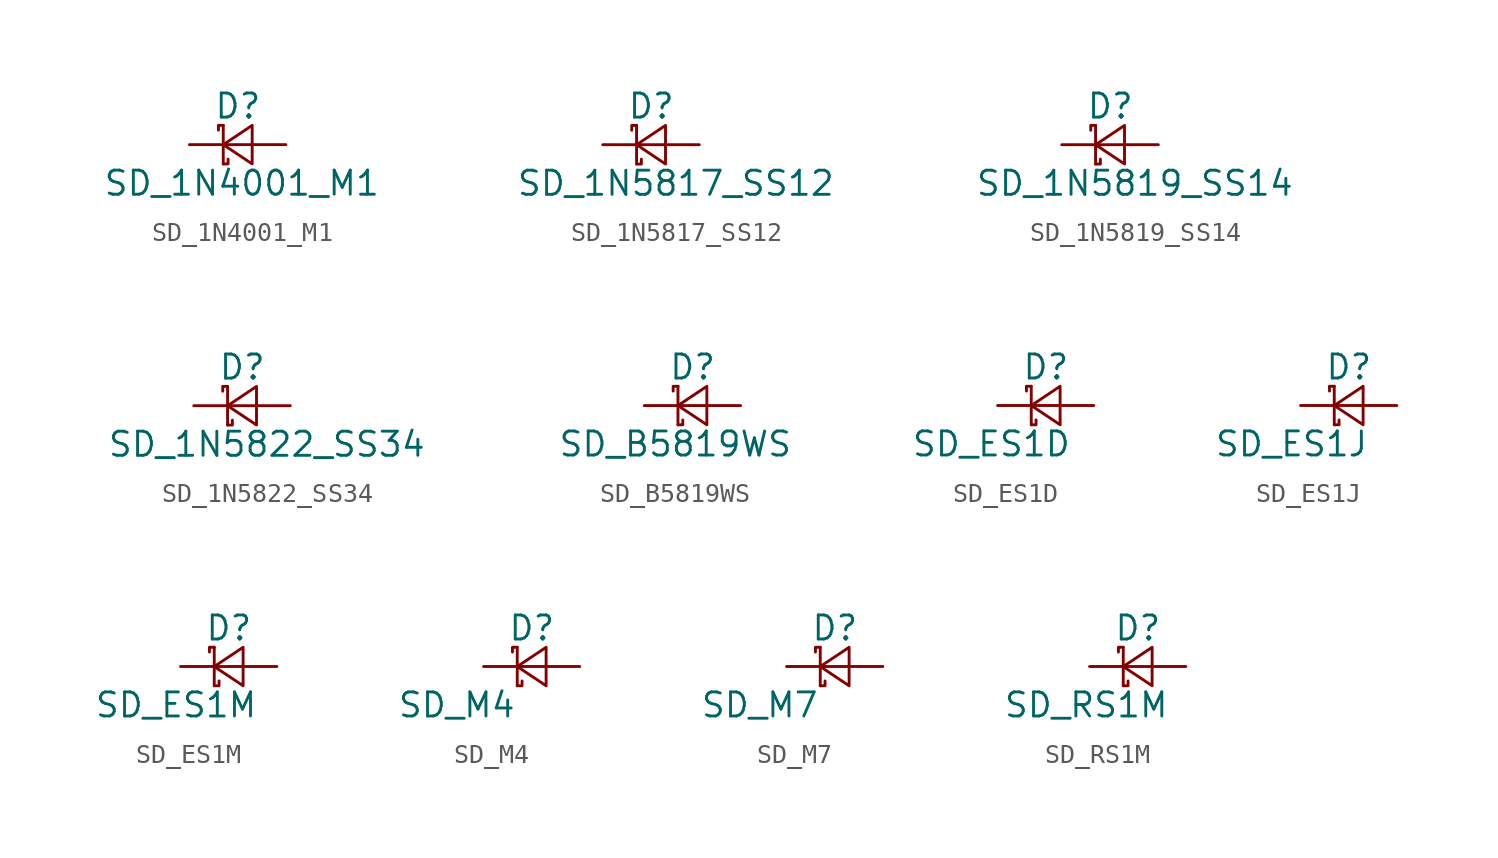
<source format=kicad_sym>
(kicad_symbol_lib
  (version 20211014)
  (generator kicad_symbol_editor)
  (symbol "SD_1N4001_M1"
    (pin_numbers hide)
    (pin_names
      (offset 0.254) hide)
    (property "Reference" "D"
      (at -1.27 2.032 0)
      (effects (font (size 1.27 1.27)) (justify left)))
    (property "Value" "SD_1N4001_M1"
      (at -7.112 -2.032 0)
      (effects (font (size 1.27 1.27)) (justify left)))
    (symbol "SD_1N4001_M1_0_1"
      (polyline (pts (xy -0.762 -1.016) (xy -0.762 1.016)) (stroke (width 0) (type default) (color 0 0 0 0)) (fill (type none)))
      (polyline (pts (xy -0.762 0) (xy 0.762 0)) (stroke (width 0) (type default) (color 0 0 0 0)) (fill (type none)))
      (polyline (pts (xy -0.762 -1.016) (xy -0.508 -1.016) (xy -0.508 -0.762)) (stroke (width 0) (type default) (color 0 0 0 0)) (fill (type none)))
      (polyline (pts (xy -0.762 1.016) (xy -1.016 1.016) (xy -1.016 0.762)) (stroke (width 0) (type default) (color 0 0 0 0)) (fill (type none)))
      (polyline (pts (xy 0.762 -1.016) (xy -0.762 0) (xy 0.762 1.016) (xy 0.762 -1.016)) (stroke (width 0) (type default) (color 0 0 0 0)) (fill (type none))))
    (symbol "SD_1N4001_M1_1_1"
      (pin passive line (at -2.54 0 0) (length 1.778) (name "K" (effects (font (size 1.27 1.27)))) (number "1" (effects (font (size 1.27 1.27)))))
      (pin passive line (at 2.54 0 180) (length 1.778) (name "A" (effects (font (size 1.27 1.27)))) (number "2" (effects (font (size 1.27 1.27)))))))
  (symbol "SD_1N5817_SS12"
    (pin_numbers hide)
    (pin_names
      (offset 0.254) hide)
    (property "Reference" "D"
      (at -1.27 2.032 0)
      (effects (font (size 1.27 1.27)) (justify left)))
    (property "Value" "SD_1N5817_SS12"
      (at -7.112 -2.032 0)
      (effects (font (size 1.27 1.27)) (justify left)))
    (symbol "SD_1N5817_SS12_0_1"
      (polyline (pts (xy -0.762 -1.016) (xy -0.762 1.016)) (stroke (width 0) (type default) (color 0 0 0 0)) (fill (type none)))
      (polyline (pts (xy -0.762 0) (xy 0.762 0)) (stroke (width 0) (type default) (color 0 0 0 0)) (fill (type none)))
      (polyline (pts (xy -0.762 -1.016) (xy -0.508 -1.016) (xy -0.508 -0.762)) (stroke (width 0) (type default) (color 0 0 0 0)) (fill (type none)))
      (polyline (pts (xy -0.762 1.016) (xy -1.016 1.016) (xy -1.016 0.762)) (stroke (width 0) (type default) (color 0 0 0 0)) (fill (type none)))
      (polyline (pts (xy 0.762 -1.016) (xy -0.762 0) (xy 0.762 1.016) (xy 0.762 -1.016)) (stroke (width 0) (type default) (color 0 0 0 0)) (fill (type none))))
    (symbol "SD_1N5817_SS12_1_1"
      (pin passive line (at -2.54 0 0) (length 1.778) (name "K" (effects (font (size 1.27 1.27)))) (number "1" (effects (font (size 1.27 1.27)))))
      (pin passive line (at 2.54 0 180) (length 1.778) (name "A" (effects (font (size 1.27 1.27)))) (number "2" (effects (font (size 1.27 1.27)))))))
  (symbol "SD_1N5819_SS14"
    (pin_numbers hide)
    (pin_names
      (offset 0.254) hide)
    (property "Reference" "D"
      (at -1.27 2.032 0)
      (effects (font (size 1.27 1.27)) (justify left)))
    (property "Value" "SD_1N5819_SS14"
      (at -7.112 -2.032 0)
      (effects (font (size 1.27 1.27)) (justify left)))
    (symbol "SD_1N5819_SS14_0_1"
      (polyline (pts (xy -0.762 -1.016) (xy -0.762 1.016)) (stroke (width 0) (type default) (color 0 0 0 0)) (fill (type none)))
      (polyline (pts (xy -0.762 0) (xy 0.762 0)) (stroke (width 0) (type default) (color 0 0 0 0)) (fill (type none)))
      (polyline (pts (xy -0.762 -1.016) (xy -0.508 -1.016) (xy -0.508 -0.762)) (stroke (width 0) (type default) (color 0 0 0 0)) (fill (type none)))
      (polyline (pts (xy -0.762 1.016) (xy -1.016 1.016) (xy -1.016 0.762)) (stroke (width 0) (type default) (color 0 0 0 0)) (fill (type none)))
      (polyline (pts (xy 0.762 -1.016) (xy -0.762 0) (xy 0.762 1.016) (xy 0.762 -1.016)) (stroke (width 0) (type default) (color 0 0 0 0)) (fill (type none))))
    (symbol "SD_1N5819_SS14_1_1"
      (pin passive line (at -2.54 0 0) (length 1.778) (name "K" (effects (font (size 1.27 1.27)))) (number "1" (effects (font (size 1.27 1.27)))))
      (pin passive line (at 2.54 0 180) (length 1.778) (name "A" (effects (font (size 1.27 1.27)))) (number "2" (effects (font (size 1.27 1.27)))))))
  (symbol "SD_1N5822_SS34"
    (pin_numbers hide)
    (pin_names
      (offset 0.254) hide)
    (property "Reference" "D"
      (at -1.27 2.032 0)
      (effects (font (size 1.27 1.27)) (justify left)))
    (property "Value" "SD_1N5822_SS34"
      (at -7.112 -2.032 0)
      (effects (font (size 1.27 1.27)) (justify left)))
    (symbol "SD_1N5822_SS34_0_1"
      (polyline (pts (xy -0.762 -1.016) (xy -0.762 1.016)) (stroke (width 0) (type default) (color 0 0 0 0)) (fill (type none)))
      (polyline (pts (xy -0.762 0) (xy 0.762 0)) (stroke (width 0) (type default) (color 0 0 0 0)) (fill (type none)))
      (polyline (pts (xy -0.762 -1.016) (xy -0.508 -1.016) (xy -0.508 -0.762)) (stroke (width 0) (type default) (color 0 0 0 0)) (fill (type none)))
      (polyline (pts (xy -0.762 1.016) (xy -1.016 1.016) (xy -1.016 0.762)) (stroke (width 0) (type default) (color 0 0 0 0)) (fill (type none)))
      (polyline (pts (xy 0.762 -1.016) (xy -0.762 0) (xy 0.762 1.016) (xy 0.762 -1.016)) (stroke (width 0) (type default) (color 0 0 0 0)) (fill (type none))))
    (symbol "SD_1N5822_SS34_1_1"
      (pin passive line (at -2.54 0 0) (length 1.778) (name "K" (effects (font (size 1.27 1.27)))) (number "1" (effects (font (size 1.27 1.27)))))
      (pin passive line (at 2.54 0 180) (length 1.778) (name "A" (effects (font (size 1.27 1.27)))) (number "2" (effects (font (size 1.27 1.27)))))))
  (symbol "SD_B5819WS"
    (pin_numbers hide)
    (pin_names
      (offset 0.254) hide)
    (property "Reference" "D"
      (at -1.27 2.032 0)
      (effects (font (size 1.27 1.27)) (justify left)))
    (property "Value" "SD_B5819WS"
      (at -7.112 -2.032 0)
      (effects (font (size 1.27 1.27)) (justify left)))
    (symbol "SD_B5819WS_0_1"
      (polyline (pts (xy -0.762 -1.016) (xy -0.762 1.016)) (stroke (width 0) (type default) (color 0 0 0 0)) (fill (type none)))
      (polyline (pts (xy -0.762 0) (xy 0.762 0)) (stroke (width 0) (type default) (color 0 0 0 0)) (fill (type none)))
      (polyline (pts (xy -0.762 -1.016) (xy -0.508 -1.016) (xy -0.508 -0.762)) (stroke (width 0) (type default) (color 0 0 0 0)) (fill (type none)))
      (polyline (pts (xy -0.762 1.016) (xy -1.016 1.016) (xy -1.016 0.762)) (stroke (width 0) (type default) (color 0 0 0 0)) (fill (type none)))
      (polyline (pts (xy 0.762 -1.016) (xy -0.762 0) (xy 0.762 1.016) (xy 0.762 -1.016)) (stroke (width 0) (type default) (color 0 0 0 0)) (fill (type none))))
    (symbol "SD_B5819WS_1_1"
      (pin passive line (at -2.54 0 0) (length 1.778) (name "K" (effects (font (size 1.27 1.27)))) (number "1" (effects (font (size 1.27 1.27)))))
      (pin passive line (at 2.54 0 180) (length 1.778) (name "A" (effects (font (size 1.27 1.27)))) (number "2" (effects (font (size 1.27 1.27)))))))
  (symbol "SD_ES1D"
    (pin_numbers hide)
    (pin_names
      (offset 0.254) hide)
    (property "Reference" "D"
      (at -1.27 2.032 0)
      (effects (font (size 1.27 1.27)) (justify left)))
    (property "Value" "SD_ES1D"
      (at -7.112 -2.032 0)
      (effects (font (size 1.27 1.27)) (justify left)))
    (symbol "SD_ES1D_0_1"
      (polyline (pts (xy -0.762 -1.016) (xy -0.762 1.016)) (stroke (width 0) (type default) (color 0 0 0 0)) (fill (type none)))
      (polyline (pts (xy -0.762 0) (xy 0.762 0)) (stroke (width 0) (type default) (color 0 0 0 0)) (fill (type none)))
      (polyline (pts (xy -0.762 -1.016) (xy -0.508 -1.016) (xy -0.508 -0.762)) (stroke (width 0) (type default) (color 0 0 0 0)) (fill (type none)))
      (polyline (pts (xy -0.762 1.016) (xy -1.016 1.016) (xy -1.016 0.762)) (stroke (width 0) (type default) (color 0 0 0 0)) (fill (type none)))
      (polyline (pts (xy 0.762 -1.016) (xy -0.762 0) (xy 0.762 1.016) (xy 0.762 -1.016)) (stroke (width 0) (type default) (color 0 0 0 0)) (fill (type none))))
    (symbol "SD_ES1D_1_1"
      (pin passive line (at -2.54 0 0) (length 1.778) (name "K" (effects (font (size 1.27 1.27)))) (number "1" (effects (font (size 1.27 1.27)))))
      (pin passive line (at 2.54 0 180) (length 1.778) (name "A" (effects (font (size 1.27 1.27)))) (number "2" (effects (font (size 1.27 1.27)))))))
  (symbol "SD_ES1J"
    (pin_numbers hide)
    (pin_names
      (offset 0.254) hide)
    (property "Reference" "D"
      (at -1.27 2.032 0)
      (effects (font (size 1.27 1.27)) (justify left)))
    (property "Value" "SD_ES1J"
      (at -7.112 -2.032 0)
      (effects (font (size 1.27 1.27)) (justify left)))
    (symbol "SD_ES1J_0_1"
      (polyline (pts (xy -0.762 -1.016) (xy -0.762 1.016)) (stroke (width 0) (type default) (color 0 0 0 0)) (fill (type none)))
      (polyline (pts (xy -0.762 0) (xy 0.762 0)) (stroke (width 0) (type default) (color 0 0 0 0)) (fill (type none)))
      (polyline (pts (xy -0.762 -1.016) (xy -0.508 -1.016) (xy -0.508 -0.762)) (stroke (width 0) (type default) (color 0 0 0 0)) (fill (type none)))
      (polyline (pts (xy -0.762 1.016) (xy -1.016 1.016) (xy -1.016 0.762)) (stroke (width 0) (type default) (color 0 0 0 0)) (fill (type none)))
      (polyline (pts (xy 0.762 -1.016) (xy -0.762 0) (xy 0.762 1.016) (xy 0.762 -1.016)) (stroke (width 0) (type default) (color 0 0 0 0)) (fill (type none))))
    (symbol "SD_ES1J_1_1"
      (pin passive line (at -2.54 0 0) (length 1.778) (name "K" (effects (font (size 1.27 1.27)))) (number "1" (effects (font (size 1.27 1.27)))))
      (pin passive line (at 2.54 0 180) (length 1.778) (name "A" (effects (font (size 1.27 1.27)))) (number "2" (effects (font (size 1.27 1.27)))))))
  (symbol "SD_ES1M"
    (pin_numbers hide)
    (pin_names
      (offset 0.254) hide)
    (property "Reference" "D"
      (at -1.27 2.032 0)
      (effects (font (size 1.27 1.27)) (justify left)))
    (property "Value" "SD_ES1M"
      (at -7.112 -2.032 0)
      (effects (font (size 1.27 1.27)) (justify left)))
    (symbol "SD_ES1M_0_1"
      (polyline (pts (xy -0.762 -1.016) (xy -0.762 1.016)) (stroke (width 0) (type default) (color 0 0 0 0)) (fill (type none)))
      (polyline (pts (xy -0.762 0) (xy 0.762 0)) (stroke (width 0) (type default) (color 0 0 0 0)) (fill (type none)))
      (polyline (pts (xy -0.762 -1.016) (xy -0.508 -1.016) (xy -0.508 -0.762)) (stroke (width 0) (type default) (color 0 0 0 0)) (fill (type none)))
      (polyline (pts (xy -0.762 1.016) (xy -1.016 1.016) (xy -1.016 0.762)) (stroke (width 0) (type default) (color 0 0 0 0)) (fill (type none)))
      (polyline (pts (xy 0.762 -1.016) (xy -0.762 0) (xy 0.762 1.016) (xy 0.762 -1.016)) (stroke (width 0) (type default) (color 0 0 0 0)) (fill (type none))))
    (symbol "SD_ES1M_1_1"
      (pin passive line (at -2.54 0 0) (length 1.778) (name "K" (effects (font (size 1.27 1.27)))) (number "1" (effects (font (size 1.27 1.27)))))
      (pin passive line (at 2.54 0 180) (length 1.778) (name "A" (effects (font (size 1.27 1.27)))) (number "2" (effects (font (size 1.27 1.27)))))))
  (symbol "SD_M4"
    (pin_numbers hide)
    (pin_names
      (offset 0.254) hide)
    (property "Reference" "D"
      (at -1.27 2.032 0)
      (effects (font (size 1.27 1.27)) (justify left)))
    (property "Value" "SD_M4"
      (at -7.112 -2.032 0)
      (effects (font (size 1.27 1.27)) (justify left)))
    (symbol "SD_M4_0_1"
      (polyline (pts (xy -0.762 -1.016) (xy -0.762 1.016)) (stroke (width 0) (type default) (color 0 0 0 0)) (fill (type none)))
      (polyline (pts (xy -0.762 0) (xy 0.762 0)) (stroke (width 0) (type default) (color 0 0 0 0)) (fill (type none)))
      (polyline (pts (xy -0.762 -1.016) (xy -0.508 -1.016) (xy -0.508 -0.762)) (stroke (width 0) (type default) (color 0 0 0 0)) (fill (type none)))
      (polyline (pts (xy -0.762 1.016) (xy -1.016 1.016) (xy -1.016 0.762)) (stroke (width 0) (type default) (color 0 0 0 0)) (fill (type none)))
      (polyline (pts (xy 0.762 -1.016) (xy -0.762 0) (xy 0.762 1.016) (xy 0.762 -1.016)) (stroke (width 0) (type default) (color 0 0 0 0)) (fill (type none))))
    (symbol "SD_M4_1_1"
      (pin passive line (at -2.54 0 0) (length 1.778) (name "K" (effects (font (size 1.27 1.27)))) (number "1" (effects (font (size 1.27 1.27)))))
      (pin passive line (at 2.54 0 180) (length 1.778) (name "A" (effects (font (size 1.27 1.27)))) (number "2" (effects (font (size 1.27 1.27)))))))
  (symbol "SD_M7"
    (pin_numbers hide)
    (pin_names
      (offset 0.254) hide)
    (property "Reference" "D"
      (at -1.27 2.032 0)
      (effects (font (size 1.27 1.27)) (justify left)))
    (property "Value" "SD_M7"
      (at -7.112 -2.032 0)
      (effects (font (size 1.27 1.27)) (justify left)))
    (symbol "SD_M7_0_1"
      (polyline (pts (xy -0.762 -1.016) (xy -0.762 1.016)) (stroke (width 0) (type default) (color 0 0 0 0)) (fill (type none)))
      (polyline (pts (xy -0.762 0) (xy 0.762 0)) (stroke (width 0) (type default) (color 0 0 0 0)) (fill (type none)))
      (polyline (pts (xy -0.762 -1.016) (xy -0.508 -1.016) (xy -0.508 -0.762)) (stroke (width 0) (type default) (color 0 0 0 0)) (fill (type none)))
      (polyline (pts (xy -0.762 1.016) (xy -1.016 1.016) (xy -1.016 0.762)) (stroke (width 0) (type default) (color 0 0 0 0)) (fill (type none)))
      (polyline (pts (xy 0.762 -1.016) (xy -0.762 0) (xy 0.762 1.016) (xy 0.762 -1.016)) (stroke (width 0) (type default) (color 0 0 0 0)) (fill (type none))))
    (symbol "SD_M7_1_1"
      (pin passive line (at -2.54 0 0) (length 1.778) (name "K" (effects (font (size 1.27 1.27)))) (number "1" (effects (font (size 1.27 1.27)))))
      (pin passive line (at 2.54 0 180) (length 1.778) (name "A" (effects (font (size 1.27 1.27)))) (number "2" (effects (font (size 1.27 1.27)))))))
  (symbol "SD_RS1M"
    (pin_numbers hide)
    (pin_names
      (offset 0.254) hide)
    (property "Reference" "D"
      (at -1.27 2.032 0)
      (effects (font (size 1.27 1.27)) (justify left)))
    (property "Value" "SD_RS1M"
      (at -7.112 -2.032 0)
      (effects (font (size 1.27 1.27)) (justify left)))
    (symbol "SD_RS1M_0_1"
      (polyline (pts (xy -0.762 -1.016) (xy -0.762 1.016)) (stroke (width 0) (type default) (color 0 0 0 0)) (fill (type none)))
      (polyline (pts (xy -0.762 0) (xy 0.762 0)) (stroke (width 0) (type default) (color 0 0 0 0)) (fill (type none)))
      (polyline (pts (xy -0.762 -1.016) (xy -0.508 -1.016) (xy -0.508 -0.762)) (stroke (width 0) (type default) (color 0 0 0 0)) (fill (type none)))
      (polyline (pts (xy -0.762 1.016) (xy -1.016 1.016) (xy -1.016 0.762)) (stroke (width 0) (type default) (color 0 0 0 0)) (fill (type none)))
      (polyline (pts (xy 0.762 -1.016) (xy -0.762 0) (xy 0.762 1.016) (xy 0.762 -1.016)) (stroke (width 0) (type default) (color 0 0 0 0)) (fill (type none))))
    (symbol "SD_RS1M_1_1"
      (pin passive line (at -2.54 0 0) (length 1.778) (name "K" (effects (font (size 1.27 1.27)))) (number "1" (effects (font (size 1.27 1.27)))))
      (pin passive line (at 2.54 0 180) (length 1.778) (name "A" (effects (font (size 1.27 1.27)))) (number "2" (effects (font (size 1.27 1.27))))))))
</source>
